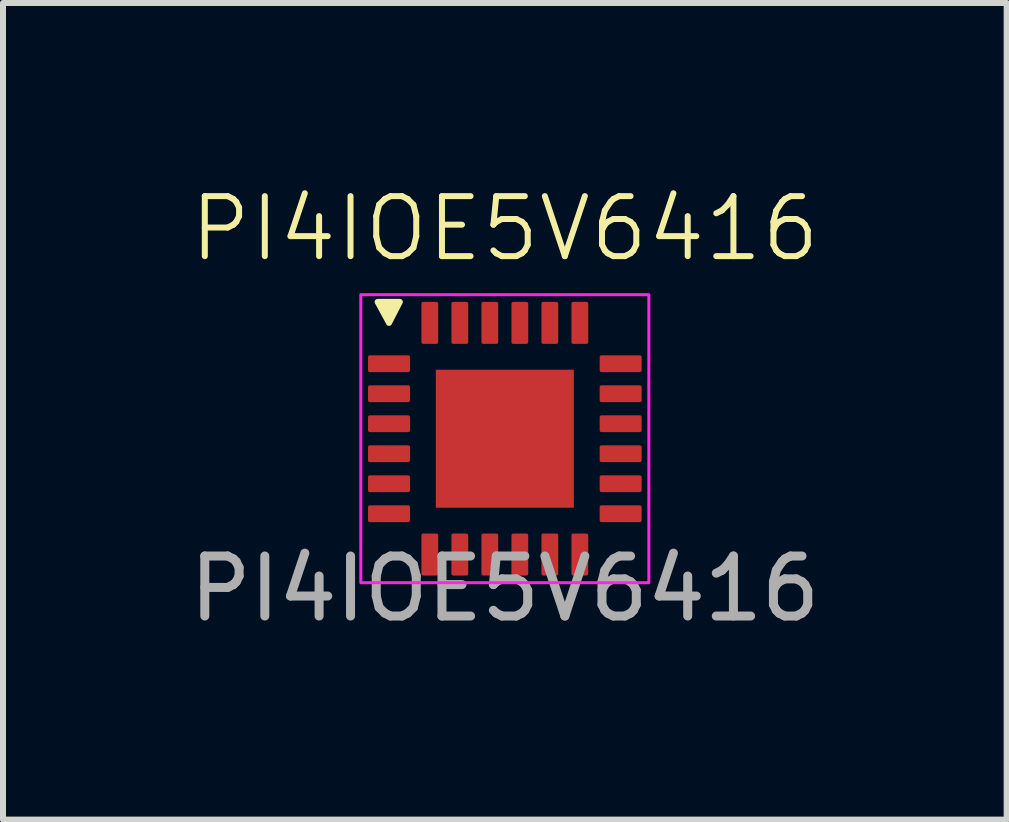
<source format=kicad_pcb>
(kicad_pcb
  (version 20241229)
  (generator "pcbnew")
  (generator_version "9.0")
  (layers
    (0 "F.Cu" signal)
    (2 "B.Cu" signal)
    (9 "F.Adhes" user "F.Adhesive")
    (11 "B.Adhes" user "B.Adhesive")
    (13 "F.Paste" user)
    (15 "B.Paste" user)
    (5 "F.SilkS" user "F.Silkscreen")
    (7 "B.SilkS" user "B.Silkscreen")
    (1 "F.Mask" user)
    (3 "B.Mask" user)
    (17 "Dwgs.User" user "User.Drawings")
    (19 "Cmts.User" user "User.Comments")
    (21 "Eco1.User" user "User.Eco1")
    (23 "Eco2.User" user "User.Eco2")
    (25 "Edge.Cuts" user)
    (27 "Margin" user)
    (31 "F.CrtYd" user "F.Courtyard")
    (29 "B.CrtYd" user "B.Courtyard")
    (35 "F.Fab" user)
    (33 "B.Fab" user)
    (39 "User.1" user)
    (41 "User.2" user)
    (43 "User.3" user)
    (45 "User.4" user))
  (footprint "PI4IOE5V6416"
    (layer "F.Cu")
    (at 5.363 4.261)
    (property "Reference" "PI4IOE5V6416" (at 0 -3.5 0) (unlocked yes) (layer "F.SilkS") (effects (font (size 1 1) (thickness 0.1))))
    (attr smd)
    (fp_poly (pts (xy -2.12 -2.28) (xy -1.93 -1.93) (xy -1.75 -2.28)) (stroke (width 0.1) (type solid)) (fill yes) (layer "F.SilkS"))
    (fp_rect (start -2.4 -2.4) (end 2.4 2.4) (stroke (width 0.05) (type default)) (fill no) (layer "F.CrtYd"))
    (fp_text user "${REFERENCE}" (at 0 2.5 0) (unlocked yes) (layer "F.Fab") (effects (font (size 1 1) (thickness 0.15))))
    (pad "1" smd roundrect (at -1.93 -1.25) (size 0.7 0.28) (layers "F.Cu" "F.Mask" "F.Paste") (roundrect_rratio 0.109))
    (pad "2" smd roundrect (at -1.93 -0.75) (size 0.7 0.28) (layers "F.Cu" "F.Mask" "F.Paste") (roundrect_rratio 0.109))
    (pad "3" smd roundrect (at -1.93 -0.25) (size 0.7 0.28) (layers "F.Cu" "F.Mask" "F.Paste") (roundrect_rratio 0.109))
    (pad "4" smd roundrect (at -1.93 0.25) (size 0.7 0.28) (layers "F.Cu" "F.Mask" "F.Paste") (roundrect_rratio 0.109))
    (pad "5" smd roundrect (at -1.93 0.75) (size 0.7 0.28) (layers "F.Cu" "F.Mask" "F.Paste") (roundrect_rratio 0.109))
    (pad "6" smd roundrect (at -1.93 1.25) (size 0.7 0.28) (layers "F.Cu" "F.Mask" "F.Paste") (roundrect_rratio 0.109))
    (pad "7" smd roundrect (at -1.25 1.93 90) (size 0.7 0.28) (layers "F.Cu" "F.Mask" "F.Paste") (roundrect_rratio 0.109))
    (pad "8" smd roundrect (at -0.75 1.93 90) (size 0.7 0.28) (layers "F.Cu" "F.Mask" "F.Paste") (roundrect_rratio 0.109))
    (pad "9" smd roundrect (at -0.25 1.93 90) (size 0.7 0.28) (layers "F.Cu" "F.Mask" "F.Paste") (roundrect_rratio 0.109))
    (pad "10" smd roundrect (at 0.25 1.93 90) (size 0.7 0.28) (layers "F.Cu" "F.Mask" "F.Paste") (roundrect_rratio 0.109))
    (pad "11" smd roundrect (at 0.75 1.93 90) (size 0.7 0.28) (layers "F.Cu" "F.Mask" "F.Paste") (roundrect_rratio 0.109))
    (pad "12" smd roundrect (at 1.25 1.93 90) (size 0.7 0.28) (layers "F.Cu" "F.Mask" "F.Paste") (roundrect_rratio 0.109))
    (pad "13" smd roundrect (at 1.93 1.25 180) (size 0.7 0.28) (layers "F.Cu" "F.Mask" "F.Paste") (roundrect_rratio 0.109))
    (pad "14" smd roundrect (at 1.93 0.75 180) (size 0.7 0.28) (layers "F.Cu" "F.Mask" "F.Paste") (roundrect_rratio 0.109))
    (pad "15" smd roundrect (at 1.93 0.25 180) (size 0.7 0.28) (layers "F.Cu" "F.Mask" "F.Paste") (roundrect_rratio 0.109))
    (pad "16" smd roundrect (at 1.93 -0.25 180) (size 0.7 0.28) (layers "F.Cu" "F.Mask" "F.Paste") (roundrect_rratio 0.109))
    (pad "17" smd roundrect (at 1.93 -0.75 180) (size 0.7 0.28) (layers "F.Cu" "F.Mask" "F.Paste") (roundrect_rratio 0.109))
    (pad "18" smd roundrect (at 1.93 -1.25 180) (size 0.7 0.28) (layers "F.Cu" "F.Mask" "F.Paste") (roundrect_rratio 0.109))
    (pad "19" smd roundrect (at 1.25 -1.93 270) (size 0.7 0.28) (layers "F.Cu" "F.Mask" "F.Paste") (roundrect_rratio 0.109))
    (pad "20" smd roundrect (at 0.75 -1.93 270) (size 0.7 0.28) (layers "F.Cu" "F.Mask" "F.Paste") (roundrect_rratio 0.109))
    (pad "21" smd roundrect (at 0.25 -1.93 270) (size 0.7 0.28) (layers "F.Cu" "F.Mask" "F.Paste") (roundrect_rratio 0.109))
    (pad "22" smd roundrect (at -0.25 -1.93 270) (size 0.7 0.28) (layers "F.Cu" "F.Mask" "F.Paste") (roundrect_rratio 0.109))
    (pad "23" smd roundrect (at -0.75 -1.93 270) (size 0.7 0.28) (layers "F.Cu" "F.Mask" "F.Paste") (roundrect_rratio 0.109))
    (pad "24" smd roundrect (at -1.25 -1.93 270) (size 0.7 0.28) (layers "F.Cu" "F.Mask" "F.Paste") (roundrect_rratio 0.109))
    (pad "25" smd rect (at 0 0) (size 2.3 2.3) (layers "F.Cu" "F.Mask" "F.Paste")))
  (gr_rect
    (start -3 -3)
    (end 13.726 10.609)
    (stroke (width 0.1) (type default))
    (fill no)
    (layer "Edge.Cuts")))
</source>
